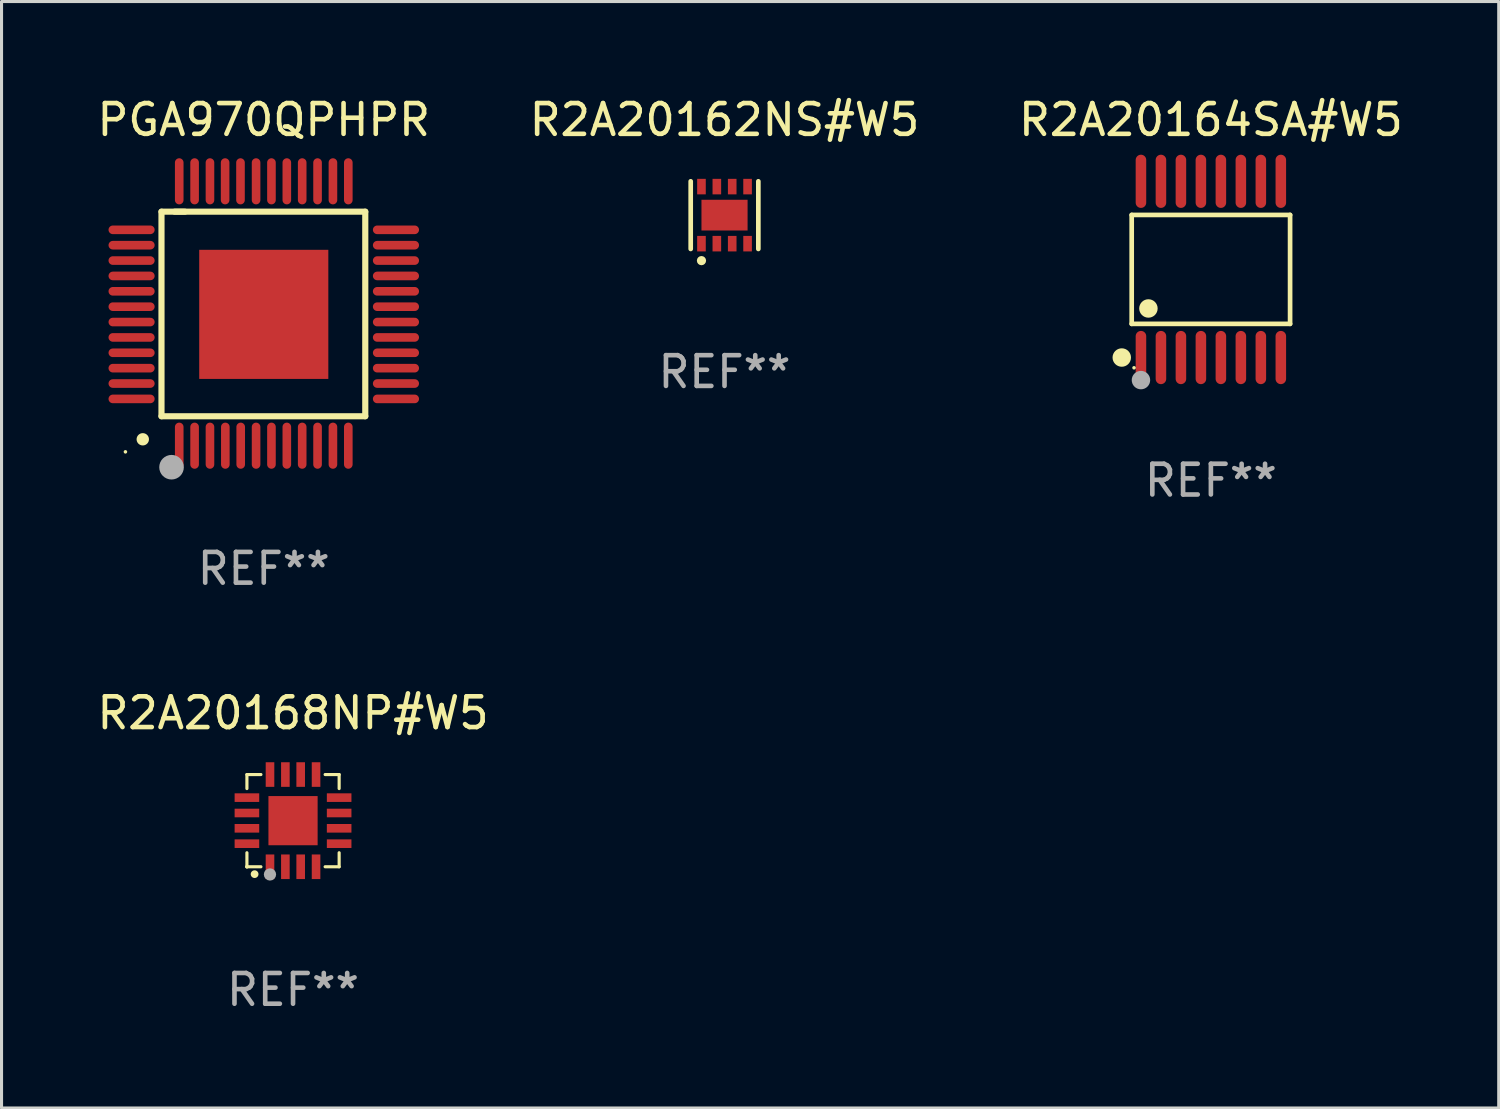
<source format=kicad_pcb>
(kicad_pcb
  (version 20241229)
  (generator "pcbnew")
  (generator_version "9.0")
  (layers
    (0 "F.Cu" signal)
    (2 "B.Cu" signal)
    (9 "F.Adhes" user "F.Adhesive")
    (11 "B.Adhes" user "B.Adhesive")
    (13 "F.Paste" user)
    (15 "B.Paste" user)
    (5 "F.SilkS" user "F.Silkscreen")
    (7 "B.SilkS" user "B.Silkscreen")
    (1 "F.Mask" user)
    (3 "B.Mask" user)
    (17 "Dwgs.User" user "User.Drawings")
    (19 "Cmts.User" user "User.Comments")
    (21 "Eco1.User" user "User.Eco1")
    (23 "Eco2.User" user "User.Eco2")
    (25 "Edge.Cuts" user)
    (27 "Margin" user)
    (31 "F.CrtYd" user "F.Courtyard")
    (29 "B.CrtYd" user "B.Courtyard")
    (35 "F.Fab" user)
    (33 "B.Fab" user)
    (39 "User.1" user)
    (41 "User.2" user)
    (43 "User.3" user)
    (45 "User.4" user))
  (footprint "R2A20168NP#W5"
    (layer "F.Cu")
    (at 6.482 23.645)
    (property "Reference" "R2A20168NP#W5" (at 0 -3.5 0) (layer "F.SilkS") (effects (font (size 1 1) (thickness 0.15))))
    (attr through_hole)
    (fp_line (start -1.5 -1.5) (end -1.5 -1.044) (stroke (width 0.102) (type solid)) (layer "F.SilkS"))
    (fp_line (start -1.5 -1.5) (end -1.044 -1.5) (stroke (width 0.102) (type solid)) (layer "F.SilkS"))
    (fp_line (start -1.5 1.044) (end -1.5 1.5) (stroke (width 0.102) (type solid)) (layer "F.SilkS"))
    (fp_line (start -1.5 1.5) (end -1.044 1.5) (stroke (width 0.102) (type solid)) (layer "F.SilkS"))
    (fp_line (start 1.044 -1.5) (end 1.5 -1.5) (stroke (width 0.102) (type solid)) (layer "F.SilkS"))
    (fp_line (start 1.044 1.5) (end 1.5 1.5) (stroke (width 0.102) (type solid)) (layer "F.SilkS"))
    (fp_line (start 1.5 -1.044) (end 1.5 -1.5) (stroke (width 0.102) (type solid)) (layer "F.SilkS"))
    (fp_line (start 1.5 1.5) (end 1.5 1.044) (stroke (width 0.102) (type solid)) (layer "F.SilkS"))
    (fp_arc (start -1.251384 1.74003) (mid -1.250114 1.739959) (end -1.248844 1.74003) (stroke (width 0.25) (type solid)) (layer "F.SilkS"))
    (fp_circle (center -1.5 1.5) (end -1.47 1.5) (stroke (width 0.06) (type solid)) (fill no) (layer "F.SilkS"))
    (fp_circle (center -0.75 1.75) (end -0.65 1.75) (stroke (width 0.2) (type solid)) (fill no) (layer "F.Fab"))
    (fp_text user "REF**" (at 0 5.5 0) (layer "F.Fab") (effects (font (size 1 1) (thickness 0.15))))
    (pad "1" smd rect (at -0.749 1.5) (size 0.28 0.8) (layers "F.Cu" "F.Mask" "F.Paste"))
    (pad "2" smd rect (at -0.249 1.5) (size 0.28 0.8) (layers "F.Cu" "F.Mask" "F.Paste"))
    (pad "3" smd rect (at 0.249 1.5) (size 0.28 0.8) (layers "F.Cu" "F.Mask" "F.Paste"))
    (pad "4" smd rect (at 0.749 1.5) (size 0.28 0.8) (layers "F.Cu" "F.Mask" "F.Paste"))
    (pad "5" smd rect (at 1.5 0.749) (size 0.8 0.28) (layers "F.Cu" "F.Mask" "F.Paste"))
    (pad "6" smd rect (at 1.5 0.249) (size 0.8 0.28) (layers "F.Cu" "F.Mask" "F.Paste"))
    (pad "7" smd rect (at 1.5 -0.249) (size 0.8 0.28) (layers "F.Cu" "F.Mask" "F.Paste"))
    (pad "8" smd rect (at 1.5 -0.749) (size 0.8 0.28) (layers "F.Cu" "F.Mask" "F.Paste"))
    (pad "9" smd rect (at 0.749 -1.5) (size 0.28 0.8) (layers "F.Cu" "F.Mask" "F.Paste"))
    (pad "10" smd rect (at 0.249 -1.5) (size 0.28 0.8) (layers "F.Cu" "F.Mask" "F.Paste"))
    (pad "11" smd rect (at -0.249 -1.5) (size 0.28 0.8) (layers "F.Cu" "F.Mask" "F.Paste"))
    (pad "12" smd rect (at -0.749 -1.5) (size 0.28 0.8) (layers "F.Cu" "F.Mask" "F.Paste"))
    (pad "13" smd rect (at -1.5 -0.749) (size 0.8 0.28) (layers "F.Cu" "F.Mask" "F.Paste"))
    (pad "14" smd rect (at -1.5 -0.249) (size 0.8 0.28) (layers "F.Cu" "F.Mask" "F.Paste"))
    (pad "15" smd rect (at -1.5 0.249) (size 0.8 0.28) (layers "F.Cu" "F.Mask" "F.Paste"))
    (pad "16" smd rect (at -1.5 0.749) (size 0.8 0.28) (layers "F.Cu" "F.Mask" "F.Paste"))
    (pad "17" smd rect (at 0 0.000152 90) (size 1.6 1.6) (layers "F.Cu" "F.Mask" "F.Paste")))
  (footprint "R2A20164SA#W5"
    (layer "F.Cu")
    (at 36.339 5.714)
    (property "Reference" "R2A20164SA#W5" (at 0 -4.866 0) (layer "F.SilkS") (effects (font (size 1 1) (thickness 0.15))))
    (attr through_hole)
    (fp_line (start -2.576 -1.772) (end 2.576 -1.772) (stroke (width 0.152) (type solid)) (layer "F.SilkS"))
    (fp_line (start -2.576 1.771) (end -2.576 -1.772) (stroke (width 0.152) (type solid)) (layer "F.SilkS"))
    (fp_line (start 2.576 -1.772) (end 2.576 1.771) (stroke (width 0.152) (type solid)) (layer "F.SilkS"))
    (fp_line (start 2.576 1.771) (end -2.576 1.771) (stroke (width 0.152) (type solid)) (layer "F.SilkS"))
    (fp_circle (center -2.899 2.866) (end -2.749 2.866) (stroke (width 0.3) (type solid)) (fill no) (layer "F.SilkS"))
    (fp_circle (center -2.5 3.2) (end -2.47 3.2) (stroke (width 0.06) (type solid)) (fill no) (layer "F.SilkS"))
    (fp_circle (center -2.032 1.27) (end -1.882 1.27) (stroke (width 0.3) (type solid)) (fill no) (layer "F.SilkS"))
    (fp_circle (center -2.275 3.6) (end -2.125 3.6) (stroke (width 0.3) (type solid)) (fill no) (layer "F.Fab"))
    (fp_text user "REF**" (at 0 6.866 0) (layer "F.Fab") (effects (font (size 1 1) (thickness 0.15))))
    (pad "1" smd oval (at -2.275 2.866) (size 0.343 1.731) (layers "F.Cu" "F.Mask" "F.Paste"))
    (pad "2" smd oval (at -1.625 2.866) (size 0.343 1.731) (layers "F.Cu" "F.Mask" "F.Paste"))
    (pad "3" smd oval (at -0.975 2.866) (size 0.343 1.731) (layers "F.Cu" "F.Mask" "F.Paste"))
    (pad "4" smd oval (at -0.325 2.866) (size 0.343 1.731) (layers "F.Cu" "F.Mask" "F.Paste"))
    (pad "5" smd oval (at 0.325 2.866) (size 0.343 1.731) (layers "F.Cu" "F.Mask" "F.Paste"))
    (pad "6" smd oval (at 0.975 2.866) (size 0.343 1.731) (layers "F.Cu" "F.Mask" "F.Paste"))
    (pad "7" smd oval (at 1.625 2.866) (size 0.343 1.731) (layers "F.Cu" "F.Mask" "F.Paste"))
    (pad "8" smd oval (at 2.275 2.866) (size 0.343 1.731) (layers "F.Cu" "F.Mask" "F.Paste"))
    (pad "9" smd oval (at 2.275 -2.866) (size 0.343 1.731) (layers "F.Cu" "F.Mask" "F.Paste"))
    (pad "10" smd oval (at 1.625 -2.866) (size 0.343 1.731) (layers "F.Cu" "F.Mask" "F.Paste"))
    (pad "11" smd oval (at 0.975 -2.866) (size 0.343 1.731) (layers "F.Cu" "F.Mask" "F.Paste"))
    (pad "12" smd oval (at 0.325 -2.866) (size 0.343 1.731) (layers "F.Cu" "F.Mask" "F.Paste"))
    (pad "13" smd oval (at -0.325 -2.866) (size 0.343 1.731) (layers "F.Cu" "F.Mask" "F.Paste"))
    (pad "14" smd oval (at -0.975 -2.866) (size 0.343 1.731) (layers "F.Cu" "F.Mask" "F.Paste"))
    (pad "15" smd oval (at -1.625 -2.866) (size 0.343 1.731) (layers "F.Cu" "F.Mask" "F.Paste"))
    (pad "16" smd oval (at -2.275 -2.866) (size 0.343 1.731) (layers "F.Cu" "F.Mask" "F.Paste")))
  (footprint "R2A20162NS#W5"
    (layer "F.Cu")
    (at 20.518 3.948)
    (property "Reference" "R2A20162NS#W5" (at 0 -3.1 0) (layer "F.SilkS") (effects (font (size 1 1) (thickness 0.15))))
    (attr through_hole)
    (fp_line (start -1.1 1.1) (end -1.1 -1.1) (stroke (width 0.152) (type solid)) (layer "F.SilkS"))
    (fp_line (start 1.1 1.1) (end 1.1 -1.1) (stroke (width 0.152) (type solid)) (layer "F.SilkS"))
    (fp_circle (center -0.75 1.48) (end -0.675 1.48) (stroke (width 0.15) (type solid)) (fill no) (layer "F.SilkS"))
    (fp_text user "REF**" (at 0 5.1 0) (layer "F.Fab") (effects (font (size 1 1) (thickness 0.15))))
    (pad "1" smd rect (at -0.75 0.928) (size 0.28 0.505) (layers "F.Cu" "F.Mask" "F.Paste"))
    (pad "2" smd rect (at -0.25 0.928) (size 0.28 0.505) (layers "F.Cu" "F.Mask" "F.Paste"))
    (pad "3" smd rect (at 0.25 0.928) (size 0.28 0.505) (layers "F.Cu" "F.Mask" "F.Paste"))
    (pad "4" smd rect (at 0.75 0.928) (size 0.28 0.505) (layers "F.Cu" "F.Mask" "F.Paste"))
    (pad "5" smd rect (at 0.75 -0.928) (size 0.28 0.505) (layers "F.Cu" "F.Mask" "F.Paste"))
    (pad "6" smd rect (at 0.25 -0.928) (size 0.28 0.505) (layers "F.Cu" "F.Mask" "F.Paste"))
    (pad "7" smd rect (at -0.25 -0.928) (size 0.28 0.505) (layers "F.Cu" "F.Mask" "F.Paste"))
    (pad "8" smd rect (at -0.75 -0.928) (size 0.28 0.505) (layers "F.Cu" "F.Mask" "F.Paste"))
    (pad "9" smd rect (at 0 0) (size 1.5 1) (layers "F.Cu" "F.Mask" "F.Paste")))
  (footprint "PGA970QPHPR"
    (layer "F.Cu")
    (at 5.53 7.148)
    (property "Reference" "PGA970QPHPR" (at 0 -6.3 0) (layer "F.SilkS") (effects (font (size 1 1) (thickness 0.15))))
    (attr through_hole)
    (fp_line (start -3.327 -3.312) (end -2.565 -3.312) (stroke (width 0.2) (type solid)) (layer "F.SilkS"))
    (fp_line (start -3.327 3.342) (end -3.327 -3.312) (stroke (width 0.2) (type solid)) (layer "F.SilkS"))
    (fp_line (start -2.896 -3.312) (end 3.302 -3.312) (stroke (width 0.2) (type solid)) (layer "F.SilkS"))
    (fp_line (start 3.302 -3.312) (end 3.302 3.342) (stroke (width 0.2) (type solid)) (layer "F.SilkS"))
    (fp_line (start 3.302 3.342) (end -3.327 3.342) (stroke (width 0.2) (type solid)) (layer "F.SilkS"))
    (fp_arc (start -3.937008 4.091694) (mid -3.935738 4.09169) (end -3.934468 4.091694) (stroke (width 0.4) (type solid)) (layer "F.SilkS"))
    (fp_circle (center -4.5 4.5) (end -4.47 4.5) (stroke (width 0.06) (type solid)) (fill no) (layer "F.SilkS"))
    (fp_circle (center -3 5) (end -2.8 5) (stroke (width 0.4) (type solid)) (fill no) (layer "F.Fab"))
    (fp_text user "REF**" (at 0 8.3 0) (layer "F.Fab") (effects (font (size 1 1) (thickness 0.15))))
    (pad "1" smd oval (at -2.75 4.3 180) (size 0.28 1.5) (layers "F.Cu" "F.Mask" "F.Paste"))
    (pad "2" smd oval (at -2.25 4.3 180) (size 0.28 1.5) (layers "F.Cu" "F.Mask" "F.Paste"))
    (pad "3" smd oval (at -1.75 4.3 180) (size 0.28 1.5) (layers "F.Cu" "F.Mask" "F.Paste"))
    (pad "4" smd oval (at -1.25 4.3 180) (size 0.28 1.5) (layers "F.Cu" "F.Mask" "F.Paste"))
    (pad "5" smd oval (at -0.75 4.3 180) (size 0.28 1.5) (layers "F.Cu" "F.Mask" "F.Paste"))
    (pad "6" smd oval (at -0.25 4.3 180) (size 0.28 1.5) (layers "F.Cu" "F.Mask" "F.Paste"))
    (pad "7" smd oval (at 0.25 4.3 180) (size 0.28 1.5) (layers "F.Cu" "F.Mask" "F.Paste"))
    (pad "8" smd oval (at 0.75 4.3 180) (size 0.28 1.5) (layers "F.Cu" "F.Mask" "F.Paste"))
    (pad "9" smd oval (at 1.25 4.3 180) (size 0.28 1.5) (layers "F.Cu" "F.Mask" "F.Paste"))
    (pad "10" smd oval (at 1.75 4.3 180) (size 0.28 1.5) (layers "F.Cu" "F.Mask" "F.Paste"))
    (pad "11" smd oval (at 2.25 4.3 180) (size 0.28 1.5) (layers "F.Cu" "F.Mask" "F.Paste"))
    (pad "12" smd oval (at 2.75 4.3 180) (size 0.28 1.5) (layers "F.Cu" "F.Mask" "F.Paste"))
    (pad "13" smd oval (at 4.3 2.778 90) (size 0.28 1.5) (layers "F.Cu" "F.Mask" "F.Paste"))
    (pad "14" smd oval (at 4.3 2.278 90) (size 0.28 1.5) (layers "F.Cu" "F.Mask" "F.Paste"))
    (pad "15" smd oval (at 4.3 1.778 90) (size 0.28 1.5) (layers "F.Cu" "F.Mask" "F.Paste"))
    (pad "16" smd oval (at 4.3 1.278 90) (size 0.28 1.5) (layers "F.Cu" "F.Mask" "F.Paste"))
    (pad "17" smd oval (at 4.3 0.778 90) (size 0.28 1.5) (layers "F.Cu" "F.Mask" "F.Paste"))
    (pad "18" smd oval (at 4.3 0.278 90) (size 0.28 1.5) (layers "F.Cu" "F.Mask" "F.Paste"))
    (pad "19" smd oval (at 4.3 -0.222 90) (size 0.28 1.5) (layers "F.Cu" "F.Mask" "F.Paste"))
    (pad "20" smd oval (at 4.3 -0.722 90) (size 0.28 1.5) (layers "F.Cu" "F.Mask" "F.Paste"))
    (pad "21" smd oval (at 4.3 -1.222 90) (size 0.28 1.5) (layers "F.Cu" "F.Mask" "F.Paste"))
    (pad "22" smd oval (at 4.3 -1.722 90) (size 0.28 1.5) (layers "F.Cu" "F.Mask" "F.Paste"))
    (pad "23" smd oval (at 4.3 -2.222 90) (size 0.28 1.5) (layers "F.Cu" "F.Mask" "F.Paste"))
    (pad "24" smd oval (at 4.3 -2.722 90) (size 0.28 1.5) (layers "F.Cu" "F.Mask" "F.Paste"))
    (pad "25" smd oval (at 2.75 -4.3 180) (size 0.28 1.5) (layers "F.Cu" "F.Mask" "F.Paste"))
    (pad "26" smd oval (at 2.25 -4.3 180) (size 0.28 1.5) (layers "F.Cu" "F.Mask" "F.Paste"))
    (pad "27" smd oval (at 1.75 -4.3 180) (size 0.28 1.5) (layers "F.Cu" "F.Mask" "F.Paste"))
    (pad "28" smd oval (at 1.25 -4.3 180) (size 0.28 1.5) (layers "F.Cu" "F.Mask" "F.Paste"))
    (pad "29" smd oval (at 0.75 -4.3 180) (size 0.28 1.5) (layers "F.Cu" "F.Mask" "F.Paste"))
    (pad "30" smd oval (at 0.25 -4.3 180) (size 0.28 1.5) (layers "F.Cu" "F.Mask" "F.Paste"))
    (pad "31" smd oval (at -0.25 -4.3 180) (size 0.28 1.5) (layers "F.Cu" "F.Mask" "F.Paste"))
    (pad "32" smd oval (at -0.757 -4.3 180) (size 0.28 1.5) (layers "F.Cu" "F.Mask" "F.Paste"))
    (pad "33" smd oval (at -1.257 -4.3 180) (size 0.28 1.5) (layers "F.Cu" "F.Mask" "F.Paste"))
    (pad "34" smd oval (at -1.75 -4.3 180) (size 0.28 1.5) (layers "F.Cu" "F.Mask" "F.Paste"))
    (pad "35" smd oval (at -2.25 -4.3 180) (size 0.28 1.5) (layers "F.Cu" "F.Mask" "F.Paste"))
    (pad "36" smd oval (at -2.75 -4.3 180) (size 0.28 1.5) (layers "F.Cu" "F.Mask" "F.Paste"))
    (pad "37" smd oval (at -4.3 -2.722 90) (size 0.28 1.5) (layers "F.Cu" "F.Mask" "F.Paste"))
    (pad "38" smd oval (at -4.3 -2.222 90) (size 0.28 1.5) (layers "F.Cu" "F.Mask" "F.Paste"))
    (pad "39" smd oval (at -4.3 -1.722 90) (size 0.28 1.5) (layers "F.Cu" "F.Mask" "F.Paste"))
    (pad "40" smd oval (at -4.3 -1.222 90) (size 0.28 1.5) (layers "F.Cu" "F.Mask" "F.Paste"))
    (pad "41" smd oval (at -4.3 -0.722 90) (size 0.28 1.5) (layers "F.Cu" "F.Mask" "F.Paste"))
    (pad "42" smd oval (at -4.3 -0.222 90) (size 0.28 1.5) (layers "F.Cu" "F.Mask" "F.Paste"))
    (pad "43" smd oval (at -4.3 0.278 90) (size 0.28 1.5) (layers "F.Cu" "F.Mask" "F.Paste"))
    (pad "44" smd oval (at -4.3 0.778 90) (size 0.28 1.5) (layers "F.Cu" "F.Mask" "F.Paste"))
    (pad "45" smd oval (at -4.3 1.278 90) (size 0.28 1.5) (layers "F.Cu" "F.Mask" "F.Paste"))
    (pad "46" smd oval (at -4.3 1.778 90) (size 0.28 1.5) (layers "F.Cu" "F.Mask" "F.Paste"))
    (pad "47" smd oval (at -4.3 2.278 90) (size 0.28 1.5) (layers "F.Cu" "F.Mask" "F.Paste"))
    (pad "48" smd oval (at -4.3 2.778 90) (size 0.28 1.5) (layers "F.Cu" "F.Mask" "F.Paste"))
    (pad "49" smd rect (at 0 0.028) (size 4.2 4.2) (layers "F.Cu" "F.Mask" "F.Paste")))
  (gr_rect
    (start -3 -3)
    (end 45.702 32.993)
    (stroke (width 0.1) (type default))
    (fill no)
    (layer "Edge.Cuts")))
</source>
